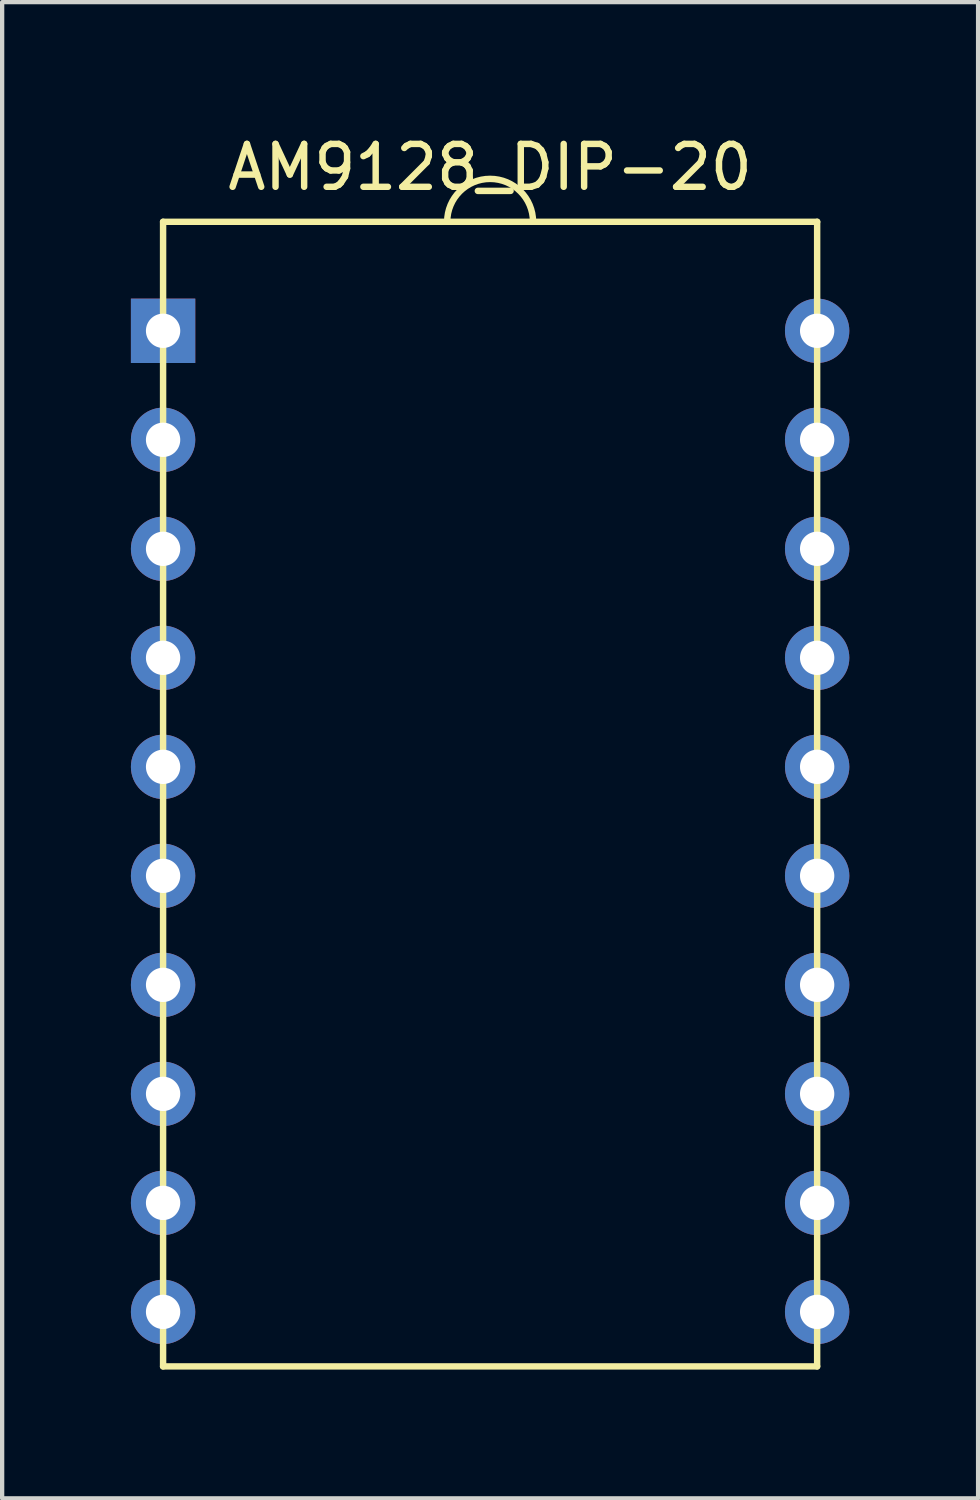
<source format=kicad_pcb>
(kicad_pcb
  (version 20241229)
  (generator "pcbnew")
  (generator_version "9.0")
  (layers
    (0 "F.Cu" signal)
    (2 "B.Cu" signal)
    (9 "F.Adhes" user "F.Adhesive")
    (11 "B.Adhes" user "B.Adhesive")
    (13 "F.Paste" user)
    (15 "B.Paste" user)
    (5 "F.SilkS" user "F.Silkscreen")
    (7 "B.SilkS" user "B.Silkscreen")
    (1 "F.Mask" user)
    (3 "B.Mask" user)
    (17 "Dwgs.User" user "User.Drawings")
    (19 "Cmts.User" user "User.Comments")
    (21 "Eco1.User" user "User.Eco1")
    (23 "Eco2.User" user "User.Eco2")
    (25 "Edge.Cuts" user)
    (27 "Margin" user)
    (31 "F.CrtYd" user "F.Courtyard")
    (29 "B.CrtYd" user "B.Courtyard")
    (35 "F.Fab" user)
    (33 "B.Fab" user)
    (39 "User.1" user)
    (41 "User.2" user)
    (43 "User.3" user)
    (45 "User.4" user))
  (footprint "AM9128_DIP-20"
    (layer "F.Cu")
    (at 8.37 4.658)
    (property "Reference" "AM9128_DIP-20" (at 0 -3.81 0) (layer "F.SilkS") (effects (font (size 1 1) (thickness 0.15))))
    (attr through_hole)
    (fp_line (start -7.62 -2.54) (end 7.62 -2.54) (stroke (width 0.15) (type solid)) (layer "F.SilkS"))
    (fp_line (start -7.62 24.13) (end -7.62 -2.54) (stroke (width 0.15) (type solid)) (layer "F.SilkS"))
    (fp_line (start 7.62 -2.54) (end 7.62 24.13) (stroke (width 0.15) (type solid)) (layer "F.SilkS"))
    (fp_line (start 7.62 24.13) (end -7.62 24.13) (stroke (width 0.15) (type solid)) (layer "F.SilkS"))
    (fp_arc (start -1 -2.54) (mid 0 -3.54) (end 1 -2.54) (stroke (width 0.15) (type solid)) (layer "F.SilkS"))
    (pad "1" thru_hole rect (at -7.62 0) (size 1.5 1.5) (drill 0.8) (layers "*.Cu" "*.Mask"))
    (pad "2" thru_hole circle (at -7.62 2.54) (size 1.5 1.5) (drill 0.8) (layers "*.Cu" "*.Mask"))
    (pad "3" thru_hole circle (at -7.62 5.08) (size 1.5 1.5) (drill 0.8) (layers "*.Cu" "*.Mask"))
    (pad "4" thru_hole circle (at -7.62 7.62) (size 1.5 1.5) (drill 0.8) (layers "*.Cu" "*.Mask"))
    (pad "5" thru_hole circle (at -7.62 10.16) (size 1.5 1.5) (drill 0.8) (layers "*.Cu" "*.Mask"))
    (pad "6" thru_hole circle (at -7.62 12.7) (size 1.5 1.5) (drill 0.8) (layers "*.Cu" "*.Mask"))
    (pad "7" thru_hole circle (at -7.62 15.24) (size 1.5 1.5) (drill 0.8) (layers "*.Cu" "*.Mask"))
    (pad "8" thru_hole circle (at -7.62 17.78) (size 1.5 1.5) (drill 0.8) (layers "*.Cu" "*.Mask"))
    (pad "9" thru_hole circle (at -7.62 20.32) (size 1.5 1.5) (drill 0.8) (layers "*.Cu" "*.Mask"))
    (pad "10" thru_hole circle (at -7.62 22.86) (size 1.5 1.5) (drill 0.8) (layers "*.Cu" "*.Mask"))
    (pad "11" thru_hole circle (at 7.62 22.86) (size 1.5 1.5) (drill 0.8) (layers "*.Cu" "*.Mask"))
    (pad "12" thru_hole circle (at 7.62 20.32) (size 1.5 1.5) (drill 0.8) (layers "*.Cu" "*.Mask"))
    (pad "13" thru_hole circle (at 7.62 17.78) (size 1.5 1.5) (drill 0.8) (layers "*.Cu" "*.Mask"))
    (pad "14" thru_hole circle (at 7.62 15.24) (size 1.5 1.5) (drill 0.8) (layers "*.Cu" "*.Mask"))
    (pad "15" thru_hole circle (at 7.62 12.7) (size 1.5 1.5) (drill 0.8) (layers "*.Cu" "*.Mask"))
    (pad "16" thru_hole circle (at 7.62 10.16) (size 1.5 1.5) (drill 0.8) (layers "*.Cu" "*.Mask"))
    (pad "17" thru_hole circle (at 7.62 7.62) (size 1.5 1.5) (drill 0.8) (layers "*.Cu" "*.Mask"))
    (pad "18" thru_hole circle (at 7.62 5.08) (size 1.5 1.5) (drill 0.8) (layers "*.Cu" "*.Mask"))
    (pad "19" thru_hole circle (at 7.62 2.54) (size 1.5 1.5) (drill 0.8) (layers "*.Cu" "*.Mask"))
    (pad "20" thru_hole circle (at 7.62 0) (size 1.5 1.5) (drill 0.8) (layers "*.Cu" "*.Mask")))
  (gr_rect
    (start -3 -3)
    (end 19.74 31.863)
    (stroke (width 0.1) (type default))
    (fill no)
    (layer "Edge.Cuts")))
</source>
